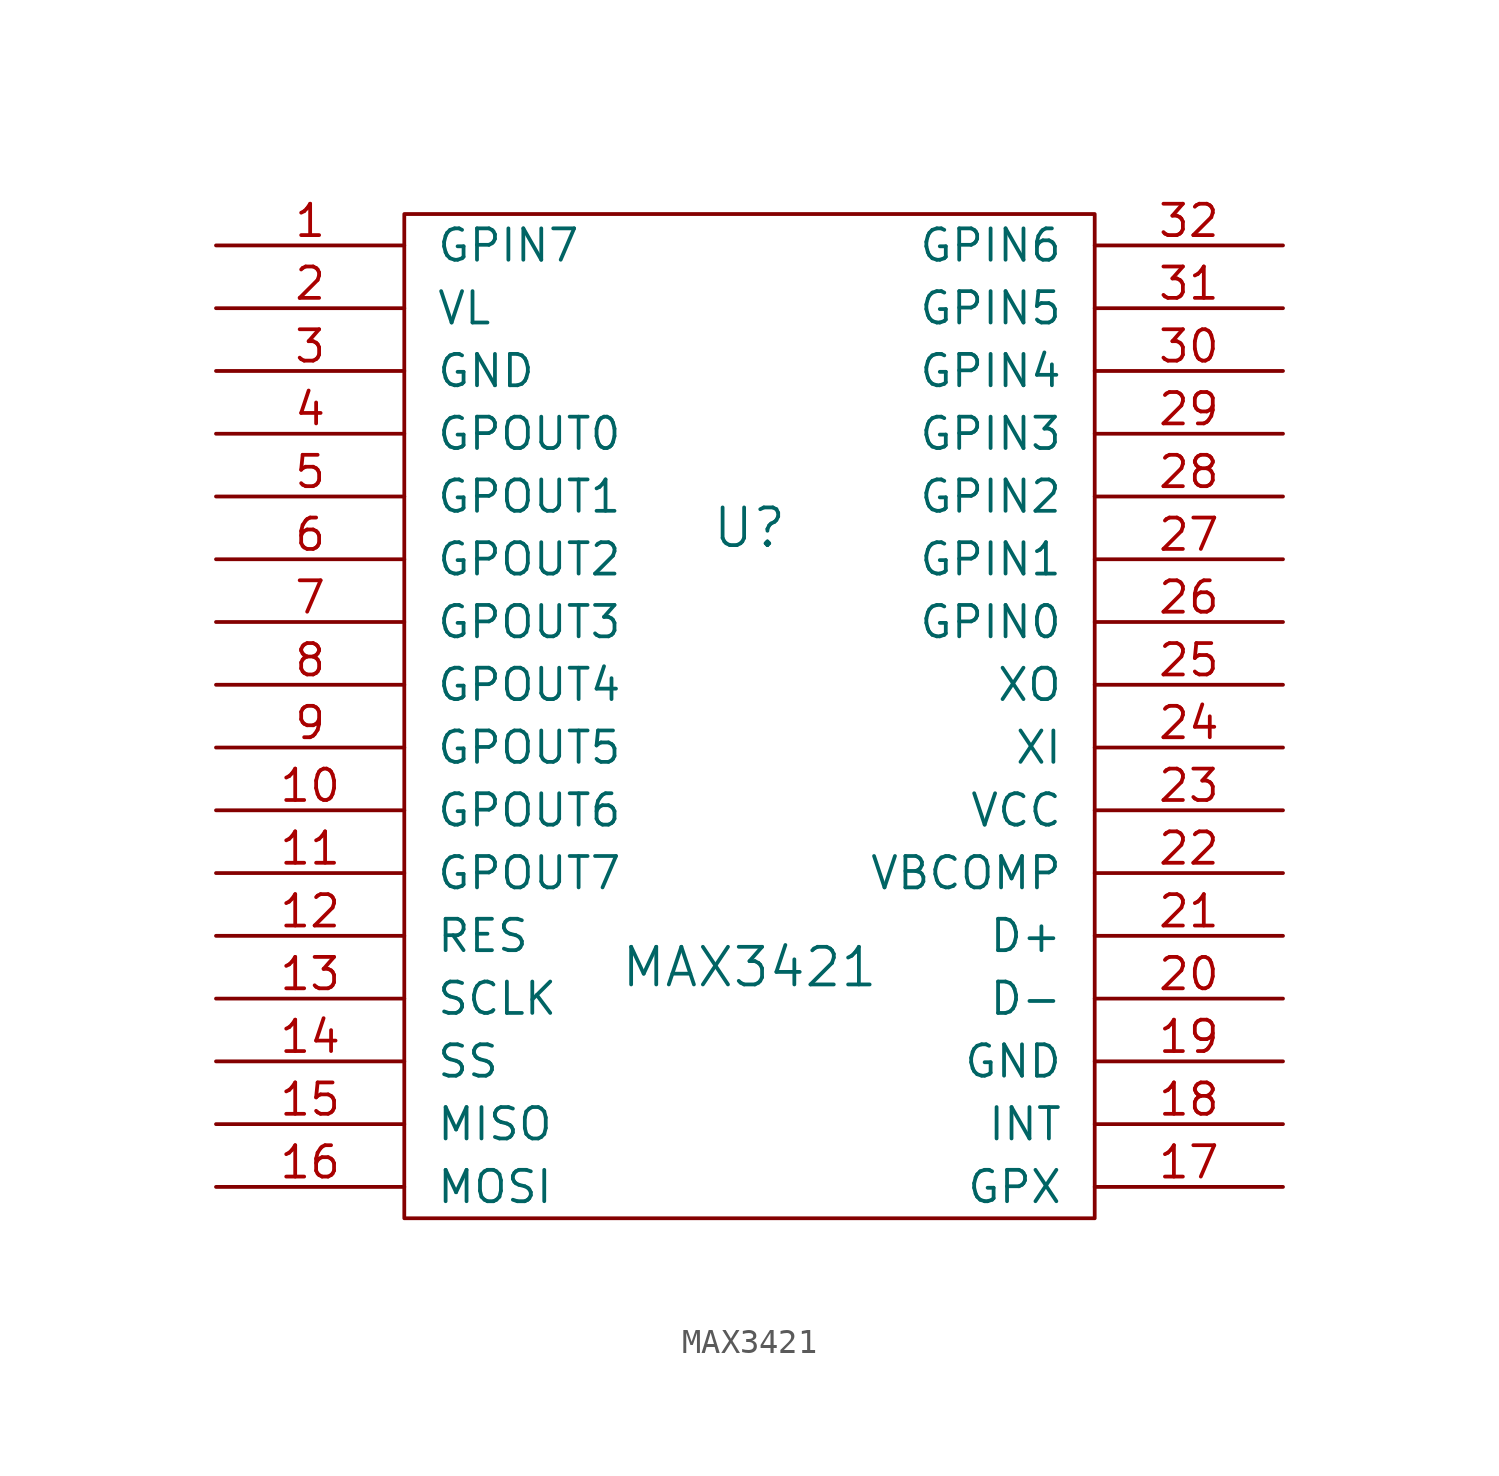
<source format=kicad_sym>
(kicad_symbol_lib
  (version 20220914)
  (generator kicad_symbol_editor)
  (symbol "MAX3421"
    (pin_names
      (offset 1.27))
    (property "Reference" "U"
      (at 0 7.62 0)
      (effects (font (size 1.524 1.524))))
    (property "Value" "MAX3421"
      (at 0 -10.16 0)
      (effects (font (size 1.524 1.524))))
    (property "Footprint" ""
      (at 0 -10.16 0)
      (effects (font (size 1.524 1.524))))
    (property "Datasheet" ""
      (at 0 -10.16 0)
      (effects (font (size 1.524 1.524))))
    (symbol "MAX3421_0_1"
      (rectangle (start -13.97 20.32) (end 13.97 -20.32) (stroke (width 0) (type solid)) (fill (type none))))
    (symbol "MAX3421_1_1"
      (pin bidirectional line (at -21.59 19.05 0) (length 7.62) (name "GPIN7" (effects (font (size 1.27 1.27)))) (number "1" (effects (font (size 1.27 1.27)))))
      (pin output line (at -21.59 -3.81 0) (length 7.62) (name "GPOUT6" (effects (font (size 1.27 1.27)))) (number "10" (effects (font (size 1.27 1.27)))))
      (pin output line (at -21.59 -6.35 0) (length 7.62) (name "GPOUT7" (effects (font (size 1.27 1.27)))) (number "11" (effects (font (size 1.27 1.27)))))
      (pin input line (at -21.59 -8.89 0) (length 7.62) (name "RES" (effects (font (size 1.27 1.27)))) (number "12" (effects (font (size 1.27 1.27)))))
      (pin input line (at -21.59 -11.43 0) (length 7.62) (name "SCLK" (effects (font (size 1.27 1.27)))) (number "13" (effects (font (size 1.27 1.27)))))
      (pin input line (at -21.59 -13.97 0) (length 7.62) (name "SS" (effects (font (size 1.27 1.27)))) (number "14" (effects (font (size 1.27 1.27)))))
      (pin output line (at -21.59 -16.51 0) (length 7.62) (name "MISO" (effects (font (size 1.27 1.27)))) (number "15" (effects (font (size 1.27 1.27)))))
      (pin input line (at -21.59 -19.05 0) (length 7.62) (name "MOSI" (effects (font (size 1.27 1.27)))) (number "16" (effects (font (size 1.27 1.27)))))
      (pin output line (at 21.59 -19.05 180) (length 7.62) (name "GPX" (effects (font (size 1.27 1.27)))) (number "17" (effects (font (size 1.27 1.27)))))
      (pin output line (at 21.59 -16.51 180) (length 7.62) (name "INT" (effects (font (size 1.27 1.27)))) (number "18" (effects (font (size 1.27 1.27)))))
      (pin input line (at 21.59 -13.97 180) (length 7.62) (name "GND" (effects (font (size 1.27 1.27)))) (number "19" (effects (font (size 1.27 1.27)))))
      (pin power_in line (at -21.59 16.51 0) (length 7.62) (name "VL" (effects (font (size 1.27 1.27)))) (number "2" (effects (font (size 1.27 1.27)))))
      (pin bidirectional line (at 21.59 -11.43 180) (length 7.62) (name "D-" (effects (font (size 1.27 1.27)))) (number "20" (effects (font (size 1.27 1.27)))))
      (pin bidirectional line (at 21.59 -8.89 180) (length 7.62) (name "D+" (effects (font (size 1.27 1.27)))) (number "21" (effects (font (size 1.27 1.27)))))
      (pin input line (at 21.59 -6.35 180) (length 7.62) (name "VBCOMP" (effects (font (size 1.27 1.27)))) (number "22" (effects (font (size 1.27 1.27)))))
      (pin input line (at 21.59 -3.81 180) (length 7.62) (name "VCC" (effects (font (size 1.27 1.27)))) (number "23" (effects (font (size 1.27 1.27)))))
      (pin input line (at 21.59 -1.27 180) (length 7.62) (name "XI" (effects (font (size 1.27 1.27)))) (number "24" (effects (font (size 1.27 1.27)))))
      (pin output line (at 21.59 1.27 180) (length 7.62) (name "XO" (effects (font (size 1.27 1.27)))) (number "25" (effects (font (size 1.27 1.27)))))
      (pin input line (at 21.59 3.81 180) (length 7.62) (name "GPIN0" (effects (font (size 1.27 1.27)))) (number "26" (effects (font (size 1.27 1.27)))))
      (pin input line (at 21.59 6.35 180) (length 7.62) (name "GPIN1" (effects (font (size 1.27 1.27)))) (number "27" (effects (font (size 1.27 1.27)))))
      (pin input line (at 21.59 8.89 180) (length 7.62) (name "GPIN2" (effects (font (size 1.27 1.27)))) (number "28" (effects (font (size 1.27 1.27)))))
      (pin input line (at 21.59 11.43 180) (length 7.62) (name "GPIN3" (effects (font (size 1.27 1.27)))) (number "29" (effects (font (size 1.27 1.27)))))
      (pin power_in line (at -21.59 13.97 0) (length 7.62) (name "GND" (effects (font (size 1.27 1.27)))) (number "3" (effects (font (size 1.27 1.27)))))
      (pin input line (at 21.59 13.97 180) (length 7.62) (name "GPIN4" (effects (font (size 1.27 1.27)))) (number "30" (effects (font (size 1.27 1.27)))))
      (pin input line (at 21.59 16.51 180) (length 7.62) (name "GPIN5" (effects (font (size 1.27 1.27)))) (number "31" (effects (font (size 1.27 1.27)))))
      (pin input line (at 21.59 19.05 180) (length 7.62) (name "GPIN6" (effects (font (size 1.27 1.27)))) (number "32" (effects (font (size 1.27 1.27)))))
      (pin output line (at -21.59 11.43 0) (length 7.62) (name "GPOUT0" (effects (font (size 1.27 1.27)))) (number "4" (effects (font (size 1.27 1.27)))))
      (pin output line (at -21.59 8.89 0) (length 7.62) (name "GPOUT1" (effects (font (size 1.27 1.27)))) (number "5" (effects (font (size 1.27 1.27)))))
      (pin output line (at -21.59 6.35 0) (length 7.62) (name "GPOUT2" (effects (font (size 1.27 1.27)))) (number "6" (effects (font (size 1.27 1.27)))))
      (pin output line (at -21.59 3.81 0) (length 7.62) (name "GPOUT3" (effects (font (size 1.27 1.27)))) (number "7" (effects (font (size 1.27 1.27)))))
      (pin output line (at -21.59 1.27 0) (length 7.62) (name "GPOUT4" (effects (font (size 1.27 1.27)))) (number "8" (effects (font (size 1.27 1.27)))))
      (pin output line (at -21.59 -1.27 0) (length 7.62) (name "GPOUT5" (effects (font (size 1.27 1.27)))) (number "9" (effects (font (size 1.27 1.27))))))))
</source>
